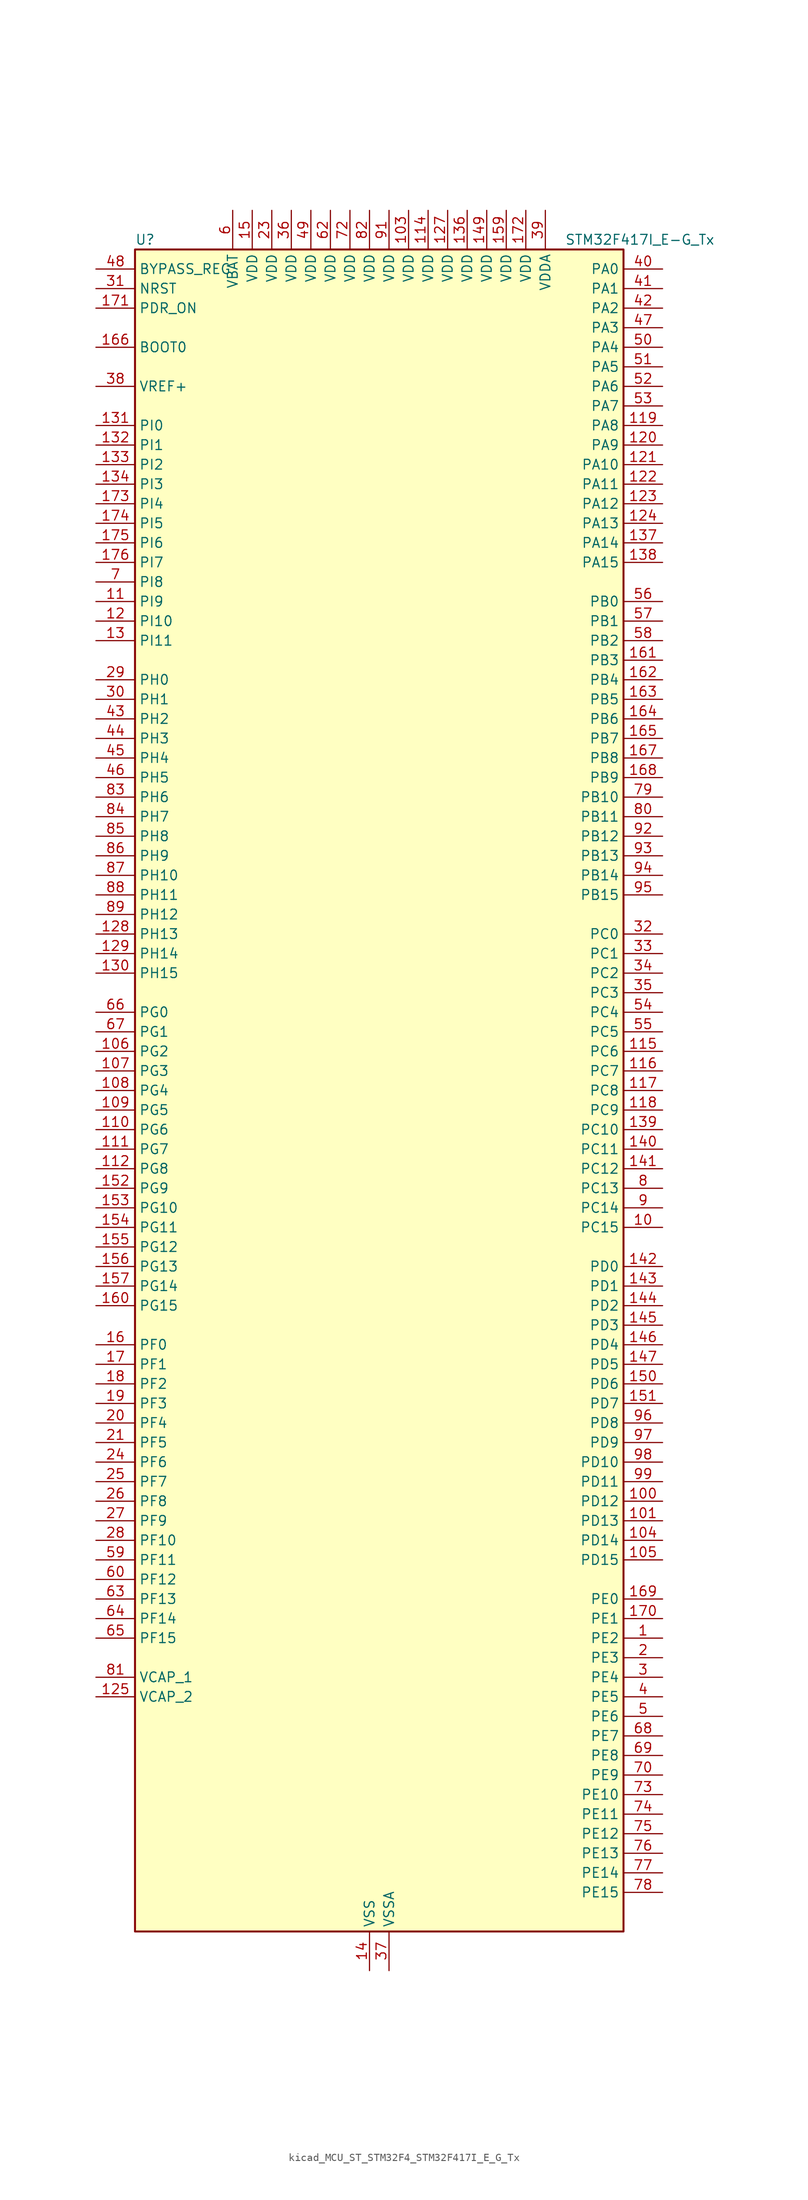
<source format=kicad_sym>
(kicad_symbol_lib
  (version 20220914)
  (generator kicad_symbol_editor)
  (symbol "kicad_MCU_ST_STM32F4_STM32F417I_E_G_Tx"
    (property "Reference" "U"
      (at -30.48 110.49 0)
      (effects (font (size 1.27 1.27)) (justify left)))
    (property "Value" "STM32F417I_E-G_Tx"
      (at 25.4 110.49 0)
      (effects (font (size 1.27 1.27)) (justify left)))
    (property "ki_locked" ""
      (at 0 0 0)
      (effects (font (size 1.27 1.27))))
    (symbol "kicad_MCU_ST_STM32F4_STM32F417I_E_G_Tx_0_1"
      (rectangle (start -30.48 -109.22) (end 33.02 109.22) (stroke (width 0.254) (type default)) (fill (type background))))
    (symbol "kicad_MCU_ST_STM32F4_STM32F417I_E_G_Tx_1_1"
      (pin bidirectional line (at 38.1 -71.12 180) (length 5.08) (name "PE2" (effects (font (size 1.27 1.27)))) (number "1" (effects (font (size 1.27 1.27)))) (alternate "ETH_TXD3" bidirectional line) (alternate "FSMC_A23" bidirectional line) (alternate "SYS_TRACECLK" bidirectional line))
      (pin bidirectional line (at 38.1 -17.78 180) (length 5.08) (name "PC15" (effects (font (size 1.27 1.27)))) (number "10" (effects (font (size 1.27 1.27)))) (alternate "ADC1_EXTI15" bidirectional line) (alternate "ADC2_EXTI15" bidirectional line) (alternate "ADC3_EXTI15" bidirectional line) (alternate "RCC_OSC32_OUT" bidirectional line))
      (pin bidirectional line (at 38.1 -53.34 180) (length 5.08) (name "PD12" (effects (font (size 1.27 1.27)))) (number "100" (effects (font (size 1.27 1.27)))) (alternate "FSMC_A17" bidirectional line) (alternate "FSMC_ALE" bidirectional line) (alternate "TIM4_CH1" bidirectional line) (alternate "USART3_RTS" bidirectional line))
      (pin bidirectional line (at 38.1 -55.88 180) (length 5.08) (name "PD13" (effects (font (size 1.27 1.27)))) (number "101" (effects (font (size 1.27 1.27)))) (alternate "FSMC_A18" bidirectional line) (alternate "TIM4_CH2" bidirectional line))
      (pin passive line (at 0 -114.3 90) (length 5.08) hide (name "VSS" (effects (font (size 1.27 1.27)))) (number "102" (effects (font (size 1.27 1.27)))))
      (pin power_in line (at 5.08 114.3 270) (length 5.08) (name "VDD" (effects (font (size 1.27 1.27)))) (number "103" (effects (font (size 1.27 1.27)))))
      (pin bidirectional line (at 38.1 -58.42 180) (length 5.08) (name "PD14" (effects (font (size 1.27 1.27)))) (number "104" (effects (font (size 1.27 1.27)))) (alternate "FSMC_D0" bidirectional line) (alternate "FSMC_DA0" bidirectional line) (alternate "TIM4_CH3" bidirectional line))
      (pin bidirectional line (at 38.1 -60.96 180) (length 5.08) (name "PD15" (effects (font (size 1.27 1.27)))) (number "105" (effects (font (size 1.27 1.27)))) (alternate "ADC1_EXTI15" bidirectional line) (alternate "ADC2_EXTI15" bidirectional line) (alternate "ADC3_EXTI15" bidirectional line) (alternate "FSMC_D1" bidirectional line) (alternate "FSMC_DA1" bidirectional line) (alternate "TIM4_CH4" bidirectional line))
      (pin bidirectional line (at -35.56 5.08 0) (length 5.08) (name "PG2" (effects (font (size 1.27 1.27)))) (number "106" (effects (font (size 1.27 1.27)))) (alternate "FSMC_A12" bidirectional line))
      (pin bidirectional line (at -35.56 2.54 0) (length 5.08) (name "PG3" (effects (font (size 1.27 1.27)))) (number "107" (effects (font (size 1.27 1.27)))) (alternate "FSMC_A13" bidirectional line))
      (pin bidirectional line (at -35.56 0 0) (length 5.08) (name "PG4" (effects (font (size 1.27 1.27)))) (number "108" (effects (font (size 1.27 1.27)))) (alternate "FSMC_A14" bidirectional line))
      (pin bidirectional line (at -35.56 -2.54 0) (length 5.08) (name "PG5" (effects (font (size 1.27 1.27)))) (number "109" (effects (font (size 1.27 1.27)))) (alternate "FSMC_A15" bidirectional line))
      (pin bidirectional line (at -35.56 63.5 0) (length 5.08) (name "PI9" (effects (font (size 1.27 1.27)))) (number "11" (effects (font (size 1.27 1.27)))) (alternate "CAN1_RX" bidirectional line) (alternate "DAC_EXTI9" bidirectional line))
      (pin bidirectional line (at -35.56 -5.08 0) (length 5.08) (name "PG6" (effects (font (size 1.27 1.27)))) (number "110" (effects (font (size 1.27 1.27)))) (alternate "FSMC_INT2" bidirectional line))
      (pin bidirectional line (at -35.56 -7.62 0) (length 5.08) (name "PG7" (effects (font (size 1.27 1.27)))) (number "111" (effects (font (size 1.27 1.27)))) (alternate "FSMC_INT3" bidirectional line) (alternate "USART6_CK" bidirectional line))
      (pin bidirectional line (at -35.56 -10.16 0) (length 5.08) (name "PG8" (effects (font (size 1.27 1.27)))) (number "112" (effects (font (size 1.27 1.27)))) (alternate "ETH_PPS_OUT" bidirectional line) (alternate "USART6_RTS" bidirectional line))
      (pin passive line (at 0 -114.3 90) (length 5.08) hide (name "VSS" (effects (font (size 1.27 1.27)))) (number "113" (effects (font (size 1.27 1.27)))))
      (pin power_in line (at 7.62 114.3 270) (length 5.08) (name "VDD" (effects (font (size 1.27 1.27)))) (number "114" (effects (font (size 1.27 1.27)))))
      (pin bidirectional line (at 38.1 5.08 180) (length 5.08) (name "PC6" (effects (font (size 1.27 1.27)))) (number "115" (effects (font (size 1.27 1.27)))) (alternate "DCMI_D0" bidirectional line) (alternate "I2S2_MCK" bidirectional line) (alternate "SDIO_D6" bidirectional line) (alternate "TIM3_CH1" bidirectional line) (alternate "TIM8_CH1" bidirectional line) (alternate "USART6_TX" bidirectional line))
      (pin bidirectional line (at 38.1 2.54 180) (length 5.08) (name "PC7" (effects (font (size 1.27 1.27)))) (number "116" (effects (font (size 1.27 1.27)))) (alternate "DCMI_D1" bidirectional line) (alternate "I2S3_MCK" bidirectional line) (alternate "SDIO_D7" bidirectional line) (alternate "TIM3_CH2" bidirectional line) (alternate "TIM8_CH2" bidirectional line) (alternate "USART6_RX" bidirectional line))
      (pin bidirectional line (at 38.1 0 180) (length 5.08) (name "PC8" (effects (font (size 1.27 1.27)))) (number "117" (effects (font (size 1.27 1.27)))) (alternate "DCMI_D2" bidirectional line) (alternate "SDIO_D0" bidirectional line) (alternate "TIM3_CH3" bidirectional line) (alternate "TIM8_CH3" bidirectional line) (alternate "USART6_CK" bidirectional line))
      (pin bidirectional line (at 38.1 -2.54 180) (length 5.08) (name "PC9" (effects (font (size 1.27 1.27)))) (number "118" (effects (font (size 1.27 1.27)))) (alternate "DAC_EXTI9" bidirectional line) (alternate "DCMI_D3" bidirectional line) (alternate "I2C3_SDA" bidirectional line) (alternate "I2S_CKIN" bidirectional line) (alternate "RCC_MCO_2" bidirectional line) (alternate "SDIO_D1" bidirectional line) (alternate "TIM3_CH4" bidirectional line) (alternate "TIM8_CH4" bidirectional line))
      (pin bidirectional line (at 38.1 86.36 180) (length 5.08) (name "PA8" (effects (font (size 1.27 1.27)))) (number "119" (effects (font (size 1.27 1.27)))) (alternate "I2C3_SCL" bidirectional line) (alternate "RCC_MCO_1" bidirectional line) (alternate "TIM1_CH1" bidirectional line) (alternate "USART1_CK" bidirectional line) (alternate "USB_OTG_FS_SOF" bidirectional line))
      (pin bidirectional line (at -35.56 60.96 0) (length 5.08) (name "PI10" (effects (font (size 1.27 1.27)))) (number "12" (effects (font (size 1.27 1.27)))) (alternate "ETH_RX_ER" bidirectional line))
      (pin bidirectional line (at 38.1 83.82 180) (length 5.08) (name "PA9" (effects (font (size 1.27 1.27)))) (number "120" (effects (font (size 1.27 1.27)))) (alternate "DAC_EXTI9" bidirectional line) (alternate "DCMI_D0" bidirectional line) (alternate "I2C3_SMBA" bidirectional line) (alternate "TIM1_CH2" bidirectional line) (alternate "USART1_TX" bidirectional line) (alternate "USB_OTG_FS_VBUS" bidirectional line))
      (pin bidirectional line (at 38.1 81.28 180) (length 5.08) (name "PA10" (effects (font (size 1.27 1.27)))) (number "121" (effects (font (size 1.27 1.27)))) (alternate "DCMI_D1" bidirectional line) (alternate "TIM1_CH3" bidirectional line) (alternate "USART1_RX" bidirectional line) (alternate "USB_OTG_FS_ID" bidirectional line))
      (pin bidirectional line (at 38.1 78.74 180) (length 5.08) (name "PA11" (effects (font (size 1.27 1.27)))) (number "122" (effects (font (size 1.27 1.27)))) (alternate "ADC1_EXTI11" bidirectional line) (alternate "ADC2_EXTI11" bidirectional line) (alternate "ADC3_EXTI11" bidirectional line) (alternate "CAN1_RX" bidirectional line) (alternate "TIM1_CH4" bidirectional line) (alternate "USART1_CTS" bidirectional line) (alternate "USB_OTG_FS_DM" bidirectional line))
      (pin bidirectional line (at 38.1 76.2 180) (length 5.08) (name "PA12" (effects (font (size 1.27 1.27)))) (number "123" (effects (font (size 1.27 1.27)))) (alternate "CAN1_TX" bidirectional line) (alternate "TIM1_ETR" bidirectional line) (alternate "USART1_RTS" bidirectional line) (alternate "USB_OTG_FS_DP" bidirectional line))
      (pin bidirectional line (at 38.1 73.66 180) (length 5.08) (name "PA13" (effects (font (size 1.27 1.27)))) (number "124" (effects (font (size 1.27 1.27)))) (alternate "SYS_JTMS-SWDIO" bidirectional line))
      (pin power_out line (at -35.56 -78.74 0) (length 5.08) (name "VCAP_2" (effects (font (size 1.27 1.27)))) (number "125" (effects (font (size 1.27 1.27)))))
      (pin passive line (at 0 -114.3 90) (length 5.08) hide (name "VSS" (effects (font (size 1.27 1.27)))) (number "126" (effects (font (size 1.27 1.27)))))
      (pin power_in line (at 10.16 114.3 270) (length 5.08) (name "VDD" (effects (font (size 1.27 1.27)))) (number "127" (effects (font (size 1.27 1.27)))))
      (pin bidirectional line (at -35.56 20.32 0) (length 5.08) (name "PH13" (effects (font (size 1.27 1.27)))) (number "128" (effects (font (size 1.27 1.27)))) (alternate "CAN1_TX" bidirectional line) (alternate "TIM8_CH1N" bidirectional line))
      (pin bidirectional line (at -35.56 17.78 0) (length 5.08) (name "PH14" (effects (font (size 1.27 1.27)))) (number "129" (effects (font (size 1.27 1.27)))) (alternate "DCMI_D4" bidirectional line) (alternate "TIM8_CH2N" bidirectional line))
      (pin bidirectional line (at -35.56 58.42 0) (length 5.08) (name "PI11" (effects (font (size 1.27 1.27)))) (number "13" (effects (font (size 1.27 1.27)))) (alternate "ADC1_EXTI11" bidirectional line) (alternate "ADC2_EXTI11" bidirectional line) (alternate "ADC3_EXTI11" bidirectional line) (alternate "USB_OTG_HS_ULPI_DIR" bidirectional line))
      (pin bidirectional line (at -35.56 15.24 0) (length 5.08) (name "PH15" (effects (font (size 1.27 1.27)))) (number "130" (effects (font (size 1.27 1.27)))) (alternate "ADC1_EXTI15" bidirectional line) (alternate "ADC2_EXTI15" bidirectional line) (alternate "ADC3_EXTI15" bidirectional line) (alternate "DCMI_D11" bidirectional line) (alternate "TIM8_CH3N" bidirectional line))
      (pin bidirectional line (at -35.56 86.36 0) (length 5.08) (name "PI0" (effects (font (size 1.27 1.27)))) (number "131" (effects (font (size 1.27 1.27)))) (alternate "DCMI_D13" bidirectional line) (alternate "I2S2_WS" bidirectional line) (alternate "SPI2_NSS" bidirectional line) (alternate "TIM5_CH4" bidirectional line))
      (pin bidirectional line (at -35.56 83.82 0) (length 5.08) (name "PI1" (effects (font (size 1.27 1.27)))) (number "132" (effects (font (size 1.27 1.27)))) (alternate "DCMI_D8" bidirectional line) (alternate "I2S2_CK" bidirectional line) (alternate "SPI2_SCK" bidirectional line))
      (pin bidirectional line (at -35.56 81.28 0) (length 5.08) (name "PI2" (effects (font (size 1.27 1.27)))) (number "133" (effects (font (size 1.27 1.27)))) (alternate "DCMI_D9" bidirectional line) (alternate "I2S2_ext_SD" bidirectional line) (alternate "SPI2_MISO" bidirectional line) (alternate "TIM8_CH4" bidirectional line))
      (pin bidirectional line (at -35.56 78.74 0) (length 5.08) (name "PI3" (effects (font (size 1.27 1.27)))) (number "134" (effects (font (size 1.27 1.27)))) (alternate "DCMI_D10" bidirectional line) (alternate "I2S2_SD" bidirectional line) (alternate "SPI2_MOSI" bidirectional line) (alternate "TIM8_ETR" bidirectional line))
      (pin passive line (at 0 -114.3 90) (length 5.08) hide (name "VSS" (effects (font (size 1.27 1.27)))) (number "135" (effects (font (size 1.27 1.27)))))
      (pin power_in line (at 12.7 114.3 270) (length 5.08) (name "VDD" (effects (font (size 1.27 1.27)))) (number "136" (effects (font (size 1.27 1.27)))))
      (pin bidirectional line (at 38.1 71.12 180) (length 5.08) (name "PA14" (effects (font (size 1.27 1.27)))) (number "137" (effects (font (size 1.27 1.27)))) (alternate "SYS_JTCK-SWCLK" bidirectional line))
      (pin bidirectional line (at 38.1 68.58 180) (length 5.08) (name "PA15" (effects (font (size 1.27 1.27)))) (number "138" (effects (font (size 1.27 1.27)))) (alternate "ADC1_EXTI15" bidirectional line) (alternate "ADC2_EXTI15" bidirectional line) (alternate "ADC3_EXTI15" bidirectional line) (alternate "I2S3_WS" bidirectional line) (alternate "SPI1_NSS" bidirectional line) (alternate "SPI3_NSS" bidirectional line) (alternate "SYS_JTDI" bidirectional line) (alternate "TIM2_CH1" bidirectional line) (alternate "TIM2_ETR" bidirectional line))
      (pin bidirectional line (at 38.1 -5.08 180) (length 5.08) (name "PC10" (effects (font (size 1.27 1.27)))) (number "139" (effects (font (size 1.27 1.27)))) (alternate "DCMI_D8" bidirectional line) (alternate "I2S3_CK" bidirectional line) (alternate "SDIO_D2" bidirectional line) (alternate "SPI3_SCK" bidirectional line) (alternate "UART4_TX" bidirectional line) (alternate "USART3_TX" bidirectional line))
      (pin power_in line (at 0 -114.3 90) (length 5.08) (name "VSS" (effects (font (size 1.27 1.27)))) (number "14" (effects (font (size 1.27 1.27)))))
      (pin bidirectional line (at 38.1 -7.62 180) (length 5.08) (name "PC11" (effects (font (size 1.27 1.27)))) (number "140" (effects (font (size 1.27 1.27)))) (alternate "ADC1_EXTI11" bidirectional line) (alternate "ADC2_EXTI11" bidirectional line) (alternate "ADC3_EXTI11" bidirectional line) (alternate "DCMI_D4" bidirectional line) (alternate "I2S3_ext_SD" bidirectional line) (alternate "SDIO_D3" bidirectional line) (alternate "SPI3_MISO" bidirectional line) (alternate "UART4_RX" bidirectional line) (alternate "USART3_RX" bidirectional line))
      (pin bidirectional line (at 38.1 -10.16 180) (length 5.08) (name "PC12" (effects (font (size 1.27 1.27)))) (number "141" (effects (font (size 1.27 1.27)))) (alternate "DCMI_D9" bidirectional line) (alternate "I2S3_SD" bidirectional line) (alternate "SDIO_CK" bidirectional line) (alternate "SPI3_MOSI" bidirectional line) (alternate "UART5_TX" bidirectional line) (alternate "USART3_CK" bidirectional line))
      (pin bidirectional line (at 38.1 -22.86 180) (length 5.08) (name "PD0" (effects (font (size 1.27 1.27)))) (number "142" (effects (font (size 1.27 1.27)))) (alternate "CAN1_RX" bidirectional line) (alternate "FSMC_D2" bidirectional line) (alternate "FSMC_DA2" bidirectional line))
      (pin bidirectional line (at 38.1 -25.4 180) (length 5.08) (name "PD1" (effects (font (size 1.27 1.27)))) (number "143" (effects (font (size 1.27 1.27)))) (alternate "CAN1_TX" bidirectional line) (alternate "FSMC_D3" bidirectional line) (alternate "FSMC_DA3" bidirectional line))
      (pin bidirectional line (at 38.1 -27.94 180) (length 5.08) (name "PD2" (effects (font (size 1.27 1.27)))) (number "144" (effects (font (size 1.27 1.27)))) (alternate "DCMI_D11" bidirectional line) (alternate "SDIO_CMD" bidirectional line) (alternate "TIM3_ETR" bidirectional line) (alternate "UART5_RX" bidirectional line))
      (pin bidirectional line (at 38.1 -30.48 180) (length 5.08) (name "PD3" (effects (font (size 1.27 1.27)))) (number "145" (effects (font (size 1.27 1.27)))) (alternate "FSMC_CLK" bidirectional line) (alternate "USART2_CTS" bidirectional line))
      (pin bidirectional line (at 38.1 -33.02 180) (length 5.08) (name "PD4" (effects (font (size 1.27 1.27)))) (number "146" (effects (font (size 1.27 1.27)))) (alternate "FSMC_NOE" bidirectional line) (alternate "USART2_RTS" bidirectional line))
      (pin bidirectional line (at 38.1 -35.56 180) (length 5.08) (name "PD5" (effects (font (size 1.27 1.27)))) (number "147" (effects (font (size 1.27 1.27)))) (alternate "FSMC_NWE" bidirectional line) (alternate "USART2_TX" bidirectional line))
      (pin passive line (at 0 -114.3 90) (length 5.08) hide (name "VSS" (effects (font (size 1.27 1.27)))) (number "148" (effects (font (size 1.27 1.27)))))
      (pin power_in line (at 15.24 114.3 270) (length 5.08) (name "VDD" (effects (font (size 1.27 1.27)))) (number "149" (effects (font (size 1.27 1.27)))))
      (pin power_in line (at -15.24 114.3 270) (length 5.08) (name "VDD" (effects (font (size 1.27 1.27)))) (number "15" (effects (font (size 1.27 1.27)))))
      (pin bidirectional line (at 38.1 -38.1 180) (length 5.08) (name "PD6" (effects (font (size 1.27 1.27)))) (number "150" (effects (font (size 1.27 1.27)))) (alternate "FSMC_NWAIT" bidirectional line) (alternate "USART2_RX" bidirectional line))
      (pin bidirectional line (at 38.1 -40.64 180) (length 5.08) (name "PD7" (effects (font (size 1.27 1.27)))) (number "151" (effects (font (size 1.27 1.27)))) (alternate "FSMC_NCE2" bidirectional line) (alternate "FSMC_NE1" bidirectional line) (alternate "USART2_CK" bidirectional line))
      (pin bidirectional line (at -35.56 -12.7 0) (length 5.08) (name "PG9" (effects (font (size 1.27 1.27)))) (number "152" (effects (font (size 1.27 1.27)))) (alternate "DAC_EXTI9" bidirectional line) (alternate "FSMC_NCE3" bidirectional line) (alternate "FSMC_NE2" bidirectional line) (alternate "USART6_RX" bidirectional line))
      (pin bidirectional line (at -35.56 -15.24 0) (length 5.08) (name "PG10" (effects (font (size 1.27 1.27)))) (number "153" (effects (font (size 1.27 1.27)))) (alternate "FSMC_NCE4_1" bidirectional line) (alternate "FSMC_NE3" bidirectional line))
      (pin bidirectional line (at -35.56 -17.78 0) (length 5.08) (name "PG11" (effects (font (size 1.27 1.27)))) (number "154" (effects (font (size 1.27 1.27)))) (alternate "ADC1_EXTI11" bidirectional line) (alternate "ADC2_EXTI11" bidirectional line) (alternate "ADC3_EXTI11" bidirectional line) (alternate "ETH_TX_EN" bidirectional line) (alternate "FSMC_NCE4_2" bidirectional line))
      (pin bidirectional line (at -35.56 -20.32 0) (length 5.08) (name "PG12" (effects (font (size 1.27 1.27)))) (number "155" (effects (font (size 1.27 1.27)))) (alternate "FSMC_NE4" bidirectional line) (alternate "USART6_RTS" bidirectional line))
      (pin bidirectional line (at -35.56 -22.86 0) (length 5.08) (name "PG13" (effects (font (size 1.27 1.27)))) (number "156" (effects (font (size 1.27 1.27)))) (alternate "ETH_TXD0" bidirectional line) (alternate "FSMC_A24" bidirectional line) (alternate "USART6_CTS" bidirectional line))
      (pin bidirectional line (at -35.56 -25.4 0) (length 5.08) (name "PG14" (effects (font (size 1.27 1.27)))) (number "157" (effects (font (size 1.27 1.27)))) (alternate "ETH_TXD1" bidirectional line) (alternate "FSMC_A25" bidirectional line) (alternate "USART6_TX" bidirectional line))
      (pin passive line (at 0 -114.3 90) (length 5.08) hide (name "VSS" (effects (font (size 1.27 1.27)))) (number "158" (effects (font (size 1.27 1.27)))))
      (pin power_in line (at 17.78 114.3 270) (length 5.08) (name "VDD" (effects (font (size 1.27 1.27)))) (number "159" (effects (font (size 1.27 1.27)))))
      (pin bidirectional line (at -35.56 -33.02 0) (length 5.08) (name "PF0" (effects (font (size 1.27 1.27)))) (number "16" (effects (font (size 1.27 1.27)))) (alternate "FSMC_A0" bidirectional line) (alternate "I2C2_SDA" bidirectional line))
      (pin bidirectional line (at -35.56 -27.94 0) (length 5.08) (name "PG15" (effects (font (size 1.27 1.27)))) (number "160" (effects (font (size 1.27 1.27)))) (alternate "ADC1_EXTI15" bidirectional line) (alternate "ADC2_EXTI15" bidirectional line) (alternate "ADC3_EXTI15" bidirectional line) (alternate "DCMI_D13" bidirectional line) (alternate "USART6_CTS" bidirectional line))
      (pin bidirectional line (at 38.1 55.88 180) (length 5.08) (name "PB3" (effects (font (size 1.27 1.27)))) (number "161" (effects (font (size 1.27 1.27)))) (alternate "I2S3_CK" bidirectional line) (alternate "SPI1_SCK" bidirectional line) (alternate "SPI3_SCK" bidirectional line) (alternate "SYS_JTDO-SWO" bidirectional line) (alternate "TIM2_CH2" bidirectional line))
      (pin bidirectional line (at 38.1 53.34 180) (length 5.08) (name "PB4" (effects (font (size 1.27 1.27)))) (number "162" (effects (font (size 1.27 1.27)))) (alternate "I2S3_ext_SD" bidirectional line) (alternate "SPI1_MISO" bidirectional line) (alternate "SPI3_MISO" bidirectional line) (alternate "SYS_JTRST" bidirectional line) (alternate "TIM3_CH1" bidirectional line))
      (pin bidirectional line (at 38.1 50.8 180) (length 5.08) (name "PB5" (effects (font (size 1.27 1.27)))) (number "163" (effects (font (size 1.27 1.27)))) (alternate "CAN2_RX" bidirectional line) (alternate "DCMI_D10" bidirectional line) (alternate "ETH_PPS_OUT" bidirectional line) (alternate "I2C1_SMBA" bidirectional line) (alternate "I2S3_SD" bidirectional line) (alternate "SPI1_MOSI" bidirectional line) (alternate "SPI3_MOSI" bidirectional line) (alternate "TIM3_CH2" bidirectional line) (alternate "USB_OTG_HS_ULPI_D7" bidirectional line))
      (pin bidirectional line (at 38.1 48.26 180) (length 5.08) (name "PB6" (effects (font (size 1.27 1.27)))) (number "164" (effects (font (size 1.27 1.27)))) (alternate "CAN2_TX" bidirectional line) (alternate "DCMI_D5" bidirectional line) (alternate "I2C1_SCL" bidirectional line) (alternate "TIM4_CH1" bidirectional line) (alternate "USART1_TX" bidirectional line))
      (pin bidirectional line (at 38.1 45.72 180) (length 5.08) (name "PB7" (effects (font (size 1.27 1.27)))) (number "165" (effects (font (size 1.27 1.27)))) (alternate "DCMI_VSYNC" bidirectional line) (alternate "FSMC_NL" bidirectional line) (alternate "I2C1_SDA" bidirectional line) (alternate "TIM4_CH2" bidirectional line) (alternate "USART1_RX" bidirectional line))
      (pin input line (at -35.56 96.52 0) (length 5.08) (name "BOOT0" (effects (font (size 1.27 1.27)))) (number "166" (effects (font (size 1.27 1.27)))))
      (pin bidirectional line (at 38.1 43.18 180) (length 5.08) (name "PB8" (effects (font (size 1.27 1.27)))) (number "167" (effects (font (size 1.27 1.27)))) (alternate "CAN1_RX" bidirectional line) (alternate "DCMI_D6" bidirectional line) (alternate "ETH_TXD3" bidirectional line) (alternate "I2C1_SCL" bidirectional line) (alternate "SDIO_D4" bidirectional line) (alternate "TIM10_CH1" bidirectional line) (alternate "TIM4_CH3" bidirectional line))
      (pin bidirectional line (at 38.1 40.64 180) (length 5.08) (name "PB9" (effects (font (size 1.27 1.27)))) (number "168" (effects (font (size 1.27 1.27)))) (alternate "CAN1_TX" bidirectional line) (alternate "DAC_EXTI9" bidirectional line) (alternate "DCMI_D7" bidirectional line) (alternate "I2C1_SDA" bidirectional line) (alternate "I2S2_WS" bidirectional line) (alternate "SDIO_D5" bidirectional line) (alternate "SPI2_NSS" bidirectional line) (alternate "TIM11_CH1" bidirectional line) (alternate "TIM4_CH4" bidirectional line))
      (pin bidirectional line (at 38.1 -66.04 180) (length 5.08) (name "PE0" (effects (font (size 1.27 1.27)))) (number "169" (effects (font (size 1.27 1.27)))) (alternate "DCMI_D2" bidirectional line) (alternate "FSMC_NBL0" bidirectional line) (alternate "TIM4_ETR" bidirectional line))
      (pin bidirectional line (at -35.56 -35.56 0) (length 5.08) (name "PF1" (effects (font (size 1.27 1.27)))) (number "17" (effects (font (size 1.27 1.27)))) (alternate "FSMC_A1" bidirectional line) (alternate "I2C2_SCL" bidirectional line))
      (pin bidirectional line (at 38.1 -68.58 180) (length 5.08) (name "PE1" (effects (font (size 1.27 1.27)))) (number "170" (effects (font (size 1.27 1.27)))) (alternate "DCMI_D3" bidirectional line) (alternate "FSMC_NBL1" bidirectional line))
      (pin input line (at -35.56 101.6 0) (length 5.08) (name "PDR_ON" (effects (font (size 1.27 1.27)))) (number "171" (effects (font (size 1.27 1.27)))))
      (pin power_in line (at 20.32 114.3 270) (length 5.08) (name "VDD" (effects (font (size 1.27 1.27)))) (number "172" (effects (font (size 1.27 1.27)))))
      (pin bidirectional line (at -35.56 76.2 0) (length 5.08) (name "PI4" (effects (font (size 1.27 1.27)))) (number "173" (effects (font (size 1.27 1.27)))) (alternate "DCMI_D5" bidirectional line) (alternate "TIM8_BKIN" bidirectional line))
      (pin bidirectional line (at -35.56 73.66 0) (length 5.08) (name "PI5" (effects (font (size 1.27 1.27)))) (number "174" (effects (font (size 1.27 1.27)))) (alternate "DCMI_VSYNC" bidirectional line) (alternate "TIM8_CH1" bidirectional line))
      (pin bidirectional line (at -35.56 71.12 0) (length 5.08) (name "PI6" (effects (font (size 1.27 1.27)))) (number "175" (effects (font (size 1.27 1.27)))) (alternate "DCMI_D6" bidirectional line) (alternate "TIM8_CH2" bidirectional line))
      (pin bidirectional line (at -35.56 68.58 0) (length 5.08) (name "PI7" (effects (font (size 1.27 1.27)))) (number "176" (effects (font (size 1.27 1.27)))) (alternate "DCMI_D7" bidirectional line) (alternate "TIM8_CH3" bidirectional line))
      (pin bidirectional line (at -35.56 -38.1 0) (length 5.08) (name "PF2" (effects (font (size 1.27 1.27)))) (number "18" (effects (font (size 1.27 1.27)))) (alternate "FSMC_A2" bidirectional line) (alternate "I2C2_SMBA" bidirectional line))
      (pin bidirectional line (at -35.56 -40.64 0) (length 5.08) (name "PF3" (effects (font (size 1.27 1.27)))) (number "19" (effects (font (size 1.27 1.27)))) (alternate "ADC3_IN9" bidirectional line) (alternate "FSMC_A3" bidirectional line))
      (pin bidirectional line (at 38.1 -73.66 180) (length 5.08) (name "PE3" (effects (font (size 1.27 1.27)))) (number "2" (effects (font (size 1.27 1.27)))) (alternate "FSMC_A19" bidirectional line) (alternate "SYS_TRACED0" bidirectional line))
      (pin bidirectional line (at -35.56 -43.18 0) (length 5.08) (name "PF4" (effects (font (size 1.27 1.27)))) (number "20" (effects (font (size 1.27 1.27)))) (alternate "ADC3_IN14" bidirectional line) (alternate "FSMC_A4" bidirectional line))
      (pin bidirectional line (at -35.56 -45.72 0) (length 5.08) (name "PF5" (effects (font (size 1.27 1.27)))) (number "21" (effects (font (size 1.27 1.27)))) (alternate "ADC3_IN15" bidirectional line) (alternate "FSMC_A5" bidirectional line))
      (pin passive line (at 0 -114.3 90) (length 5.08) hide (name "VSS" (effects (font (size 1.27 1.27)))) (number "22" (effects (font (size 1.27 1.27)))))
      (pin power_in line (at -12.7 114.3 270) (length 5.08) (name "VDD" (effects (font (size 1.27 1.27)))) (number "23" (effects (font (size 1.27 1.27)))))
      (pin bidirectional line (at -35.56 -48.26 0) (length 5.08) (name "PF6" (effects (font (size 1.27 1.27)))) (number "24" (effects (font (size 1.27 1.27)))) (alternate "ADC3_IN4" bidirectional line) (alternate "FSMC_NIORD" bidirectional line) (alternate "TIM10_CH1" bidirectional line))
      (pin bidirectional line (at -35.56 -50.8 0) (length 5.08) (name "PF7" (effects (font (size 1.27 1.27)))) (number "25" (effects (font (size 1.27 1.27)))) (alternate "ADC3_IN5" bidirectional line) (alternate "FSMC_NREG" bidirectional line) (alternate "TIM11_CH1" bidirectional line))
      (pin bidirectional line (at -35.56 -53.34 0) (length 5.08) (name "PF8" (effects (font (size 1.27 1.27)))) (number "26" (effects (font (size 1.27 1.27)))) (alternate "ADC3_IN6" bidirectional line) (alternate "FSMC_NIOWR" bidirectional line) (alternate "TIM13_CH1" bidirectional line))
      (pin bidirectional line (at -35.56 -55.88 0) (length 5.08) (name "PF9" (effects (font (size 1.27 1.27)))) (number "27" (effects (font (size 1.27 1.27)))) (alternate "ADC3_IN7" bidirectional line) (alternate "DAC_EXTI9" bidirectional line) (alternate "FSMC_CD" bidirectional line) (alternate "TIM14_CH1" bidirectional line))
      (pin bidirectional line (at -35.56 -58.42 0) (length 5.08) (name "PF10" (effects (font (size 1.27 1.27)))) (number "28" (effects (font (size 1.27 1.27)))) (alternate "ADC3_IN8" bidirectional line) (alternate "FSMC_INTR" bidirectional line))
      (pin bidirectional line (at -35.56 53.34 0) (length 5.08) (name "PH0" (effects (font (size 1.27 1.27)))) (number "29" (effects (font (size 1.27 1.27)))) (alternate "RCC_OSC_IN" bidirectional line))
      (pin bidirectional line (at 38.1 -76.2 180) (length 5.08) (name "PE4" (effects (font (size 1.27 1.27)))) (number "3" (effects (font (size 1.27 1.27)))) (alternate "DCMI_D4" bidirectional line) (alternate "FSMC_A20" bidirectional line) (alternate "SYS_TRACED1" bidirectional line))
      (pin bidirectional line (at -35.56 50.8 0) (length 5.08) (name "PH1" (effects (font (size 1.27 1.27)))) (number "30" (effects (font (size 1.27 1.27)))) (alternate "RCC_OSC_OUT" bidirectional line))
      (pin input line (at -35.56 104.14 0) (length 5.08) (name "NRST" (effects (font (size 1.27 1.27)))) (number "31" (effects (font (size 1.27 1.27)))))
      (pin bidirectional line (at 38.1 20.32 180) (length 5.08) (name "PC0" (effects (font (size 1.27 1.27)))) (number "32" (effects (font (size 1.27 1.27)))) (alternate "ADC1_IN10" bidirectional line) (alternate "ADC2_IN10" bidirectional line) (alternate "ADC3_IN10" bidirectional line) (alternate "USB_OTG_HS_ULPI_STP" bidirectional line))
      (pin bidirectional line (at 38.1 17.78 180) (length 5.08) (name "PC1" (effects (font (size 1.27 1.27)))) (number "33" (effects (font (size 1.27 1.27)))) (alternate "ADC1_IN11" bidirectional line) (alternate "ADC2_IN11" bidirectional line) (alternate "ADC3_IN11" bidirectional line) (alternate "ETH_MDC" bidirectional line))
      (pin bidirectional line (at 38.1 15.24 180) (length 5.08) (name "PC2" (effects (font (size 1.27 1.27)))) (number "34" (effects (font (size 1.27 1.27)))) (alternate "ADC1_IN12" bidirectional line) (alternate "ADC2_IN12" bidirectional line) (alternate "ADC3_IN12" bidirectional line) (alternate "ETH_TXD2" bidirectional line) (alternate "I2S2_ext_SD" bidirectional line) (alternate "SPI2_MISO" bidirectional line) (alternate "USB_OTG_HS_ULPI_DIR" bidirectional line))
      (pin bidirectional line (at 38.1 12.7 180) (length 5.08) (name "PC3" (effects (font (size 1.27 1.27)))) (number "35" (effects (font (size 1.27 1.27)))) (alternate "ADC1_IN13" bidirectional line) (alternate "ADC2_IN13" bidirectional line) (alternate "ADC3_IN13" bidirectional line) (alternate "ETH_TX_CLK" bidirectional line) (alternate "I2S2_SD" bidirectional line) (alternate "SPI2_MOSI" bidirectional line) (alternate "USB_OTG_HS_ULPI_NXT" bidirectional line))
      (pin power_in line (at -10.16 114.3 270) (length 5.08) (name "VDD" (effects (font (size 1.27 1.27)))) (number "36" (effects (font (size 1.27 1.27)))))
      (pin power_in line (at 2.54 -114.3 90) (length 5.08) (name "VSSA" (effects (font (size 1.27 1.27)))) (number "37" (effects (font (size 1.27 1.27)))))
      (pin input line (at -35.56 91.44 0) (length 5.08) (name "VREF+" (effects (font (size 1.27 1.27)))) (number "38" (effects (font (size 1.27 1.27)))))
      (pin power_in line (at 22.86 114.3 270) (length 5.08) (name "VDDA" (effects (font (size 1.27 1.27)))) (number "39" (effects (font (size 1.27 1.27)))))
      (pin bidirectional line (at 38.1 -78.74 180) (length 5.08) (name "PE5" (effects (font (size 1.27 1.27)))) (number "4" (effects (font (size 1.27 1.27)))) (alternate "DCMI_D6" bidirectional line) (alternate "FSMC_A21" bidirectional line) (alternate "SYS_TRACED2" bidirectional line) (alternate "TIM9_CH1" bidirectional line))
      (pin bidirectional line (at 38.1 106.68 180) (length 5.08) (name "PA0" (effects (font (size 1.27 1.27)))) (number "40" (effects (font (size 1.27 1.27)))) (alternate "ADC1_IN0" bidirectional line) (alternate "ADC2_IN0" bidirectional line) (alternate "ADC3_IN0" bidirectional line) (alternate "ETH_CRS" bidirectional line) (alternate "SYS_WKUP" bidirectional line) (alternate "TIM2_CH1" bidirectional line) (alternate "TIM2_ETR" bidirectional line) (alternate "TIM5_CH1" bidirectional line) (alternate "TIM8_ETR" bidirectional line) (alternate "UART4_TX" bidirectional line) (alternate "USART2_CTS" bidirectional line))
      (pin bidirectional line (at 38.1 104.14 180) (length 5.08) (name "PA1" (effects (font (size 1.27 1.27)))) (number "41" (effects (font (size 1.27 1.27)))) (alternate "ADC1_IN1" bidirectional line) (alternate "ADC2_IN1" bidirectional line) (alternate "ADC3_IN1" bidirectional line) (alternate "ETH_REF_CLK" bidirectional line) (alternate "ETH_RX_CLK" bidirectional line) (alternate "TIM2_CH2" bidirectional line) (alternate "TIM5_CH2" bidirectional line) (alternate "UART4_RX" bidirectional line) (alternate "USART2_RTS" bidirectional line))
      (pin bidirectional line (at 38.1 101.6 180) (length 5.08) (name "PA2" (effects (font (size 1.27 1.27)))) (number "42" (effects (font (size 1.27 1.27)))) (alternate "ADC1_IN2" bidirectional line) (alternate "ADC2_IN2" bidirectional line) (alternate "ADC3_IN2" bidirectional line) (alternate "ETH_MDIO" bidirectional line) (alternate "TIM2_CH3" bidirectional line) (alternate "TIM5_CH3" bidirectional line) (alternate "TIM9_CH1" bidirectional line) (alternate "USART2_TX" bidirectional line))
      (pin bidirectional line (at -35.56 48.26 0) (length 5.08) (name "PH2" (effects (font (size 1.27 1.27)))) (number "43" (effects (font (size 1.27 1.27)))) (alternate "ETH_CRS" bidirectional line))
      (pin bidirectional line (at -35.56 45.72 0) (length 5.08) (name "PH3" (effects (font (size 1.27 1.27)))) (number "44" (effects (font (size 1.27 1.27)))) (alternate "ETH_COL" bidirectional line))
      (pin bidirectional line (at -35.56 43.18 0) (length 5.08) (name "PH4" (effects (font (size 1.27 1.27)))) (number "45" (effects (font (size 1.27 1.27)))) (alternate "I2C2_SCL" bidirectional line) (alternate "USB_OTG_HS_ULPI_NXT" bidirectional line))
      (pin bidirectional line (at -35.56 40.64 0) (length 5.08) (name "PH5" (effects (font (size 1.27 1.27)))) (number "46" (effects (font (size 1.27 1.27)))) (alternate "I2C2_SDA" bidirectional line))
      (pin bidirectional line (at 38.1 99.06 180) (length 5.08) (name "PA3" (effects (font (size 1.27 1.27)))) (number "47" (effects (font (size 1.27 1.27)))) (alternate "ADC1_IN3" bidirectional line) (alternate "ADC2_IN3" bidirectional line) (alternate "ADC3_IN3" bidirectional line) (alternate "ETH_COL" bidirectional line) (alternate "TIM2_CH4" bidirectional line) (alternate "TIM5_CH4" bidirectional line) (alternate "TIM9_CH2" bidirectional line) (alternate "USART2_RX" bidirectional line) (alternate "USB_OTG_HS_ULPI_D0" bidirectional line))
      (pin input line (at -35.56 106.68 0) (length 5.08) (name "BYPASS_REG" (effects (font (size 1.27 1.27)))) (number "48" (effects (font (size 1.27 1.27)))))
      (pin power_in line (at -7.62 114.3 270) (length 5.08) (name "VDD" (effects (font (size 1.27 1.27)))) (number "49" (effects (font (size 1.27 1.27)))))
      (pin bidirectional line (at 38.1 -81.28 180) (length 5.08) (name "PE6" (effects (font (size 1.27 1.27)))) (number "5" (effects (font (size 1.27 1.27)))) (alternate "DCMI_D7" bidirectional line) (alternate "FSMC_A22" bidirectional line) (alternate "SYS_TRACED3" bidirectional line) (alternate "TIM9_CH2" bidirectional line))
      (pin bidirectional line (at 38.1 96.52 180) (length 5.08) (name "PA4" (effects (font (size 1.27 1.27)))) (number "50" (effects (font (size 1.27 1.27)))) (alternate "ADC1_IN4" bidirectional line) (alternate "ADC2_IN4" bidirectional line) (alternate "DAC_OUT1" bidirectional line) (alternate "DCMI_HSYNC" bidirectional line) (alternate "I2S3_WS" bidirectional line) (alternate "SPI1_NSS" bidirectional line) (alternate "SPI3_NSS" bidirectional line) (alternate "USART2_CK" bidirectional line) (alternate "USB_OTG_HS_SOF" bidirectional line))
      (pin bidirectional line (at 38.1 93.98 180) (length 5.08) (name "PA5" (effects (font (size 1.27 1.27)))) (number "51" (effects (font (size 1.27 1.27)))) (alternate "ADC1_IN5" bidirectional line) (alternate "ADC2_IN5" bidirectional line) (alternate "DAC_OUT2" bidirectional line) (alternate "SPI1_SCK" bidirectional line) (alternate "TIM2_CH1" bidirectional line) (alternate "TIM2_ETR" bidirectional line) (alternate "TIM8_CH1N" bidirectional line) (alternate "USB_OTG_HS_ULPI_CK" bidirectional line))
      (pin bidirectional line (at 38.1 91.44 180) (length 5.08) (name "PA6" (effects (font (size 1.27 1.27)))) (number "52" (effects (font (size 1.27 1.27)))) (alternate "ADC1_IN6" bidirectional line) (alternate "ADC2_IN6" bidirectional line) (alternate "DCMI_PIXCLK" bidirectional line) (alternate "SPI1_MISO" bidirectional line) (alternate "TIM13_CH1" bidirectional line) (alternate "TIM1_BKIN" bidirectional line) (alternate "TIM3_CH1" bidirectional line) (alternate "TIM8_BKIN" bidirectional line))
      (pin bidirectional line (at 38.1 88.9 180) (length 5.08) (name "PA7" (effects (font (size 1.27 1.27)))) (number "53" (effects (font (size 1.27 1.27)))) (alternate "ADC1_IN7" bidirectional line) (alternate "ADC2_IN7" bidirectional line) (alternate "ETH_CRS_DV" bidirectional line) (alternate "ETH_RX_DV" bidirectional line) (alternate "SPI1_MOSI" bidirectional line) (alternate "TIM14_CH1" bidirectional line) (alternate "TIM1_CH1N" bidirectional line) (alternate "TIM3_CH2" bidirectional line) (alternate "TIM8_CH1N" bidirectional line))
      (pin bidirectional line (at 38.1 10.16 180) (length 5.08) (name "PC4" (effects (font (size 1.27 1.27)))) (number "54" (effects (font (size 1.27 1.27)))) (alternate "ADC1_IN14" bidirectional line) (alternate "ADC2_IN14" bidirectional line) (alternate "ETH_RXD0" bidirectional line))
      (pin bidirectional line (at 38.1 7.62 180) (length 5.08) (name "PC5" (effects (font (size 1.27 1.27)))) (number "55" (effects (font (size 1.27 1.27)))) (alternate "ADC1_IN15" bidirectional line) (alternate "ADC2_IN15" bidirectional line) (alternate "ETH_RXD1" bidirectional line))
      (pin bidirectional line (at 38.1 63.5 180) (length 5.08) (name "PB0" (effects (font (size 1.27 1.27)))) (number "56" (effects (font (size 1.27 1.27)))) (alternate "ADC1_IN8" bidirectional line) (alternate "ADC2_IN8" bidirectional line) (alternate "ETH_RXD2" bidirectional line) (alternate "TIM1_CH2N" bidirectional line) (alternate "TIM3_CH3" bidirectional line) (alternate "TIM8_CH2N" bidirectional line) (alternate "USB_OTG_HS_ULPI_D1" bidirectional line))
      (pin bidirectional line (at 38.1 60.96 180) (length 5.08) (name "PB1" (effects (font (size 1.27 1.27)))) (number "57" (effects (font (size 1.27 1.27)))) (alternate "ADC1_IN9" bidirectional line) (alternate "ADC2_IN9" bidirectional line) (alternate "ETH_RXD3" bidirectional line) (alternate "TIM1_CH3N" bidirectional line) (alternate "TIM3_CH4" bidirectional line) (alternate "TIM8_CH3N" bidirectional line) (alternate "USB_OTG_HS_ULPI_D2" bidirectional line))
      (pin bidirectional line (at 38.1 58.42 180) (length 5.08) (name "PB2" (effects (font (size 1.27 1.27)))) (number "58" (effects (font (size 1.27 1.27)))))
      (pin bidirectional line (at -35.56 -60.96 0) (length 5.08) (name "PF11" (effects (font (size 1.27 1.27)))) (number "59" (effects (font (size 1.27 1.27)))) (alternate "ADC1_EXTI11" bidirectional line) (alternate "ADC2_EXTI11" bidirectional line) (alternate "ADC3_EXTI11" bidirectional line) (alternate "DCMI_D12" bidirectional line))
      (pin power_in line (at -17.78 114.3 270) (length 5.08) (name "VBAT" (effects (font (size 1.27 1.27)))) (number "6" (effects (font (size 1.27 1.27)))))
      (pin bidirectional line (at -35.56 -63.5 0) (length 5.08) (name "PF12" (effects (font (size 1.27 1.27)))) (number "60" (effects (font (size 1.27 1.27)))) (alternate "FSMC_A6" bidirectional line))
      (pin passive line (at 0 -114.3 90) (length 5.08) hide (name "VSS" (effects (font (size 1.27 1.27)))) (number "61" (effects (font (size 1.27 1.27)))))
      (pin power_in line (at -5.08 114.3 270) (length 5.08) (name "VDD" (effects (font (size 1.27 1.27)))) (number "62" (effects (font (size 1.27 1.27)))))
      (pin bidirectional line (at -35.56 -66.04 0) (length 5.08) (name "PF13" (effects (font (size 1.27 1.27)))) (number "63" (effects (font (size 1.27 1.27)))) (alternate "FSMC_A7" bidirectional line))
      (pin bidirectional line (at -35.56 -68.58 0) (length 5.08) (name "PF14" (effects (font (size 1.27 1.27)))) (number "64" (effects (font (size 1.27 1.27)))) (alternate "FSMC_A8" bidirectional line))
      (pin bidirectional line (at -35.56 -71.12 0) (length 5.08) (name "PF15" (effects (font (size 1.27 1.27)))) (number "65" (effects (font (size 1.27 1.27)))) (alternate "ADC1_EXTI15" bidirectional line) (alternate "ADC2_EXTI15" bidirectional line) (alternate "ADC3_EXTI15" bidirectional line) (alternate "FSMC_A9" bidirectional line))
      (pin bidirectional line (at -35.56 10.16 0) (length 5.08) (name "PG0" (effects (font (size 1.27 1.27)))) (number "66" (effects (font (size 1.27 1.27)))) (alternate "FSMC_A10" bidirectional line))
      (pin bidirectional line (at -35.56 7.62 0) (length 5.08) (name "PG1" (effects (font (size 1.27 1.27)))) (number "67" (effects (font (size 1.27 1.27)))) (alternate "FSMC_A11" bidirectional line))
      (pin bidirectional line (at 38.1 -83.82 180) (length 5.08) (name "PE7" (effects (font (size 1.27 1.27)))) (number "68" (effects (font (size 1.27 1.27)))) (alternate "FSMC_D4" bidirectional line) (alternate "FSMC_DA4" bidirectional line) (alternate "TIM1_ETR" bidirectional line))
      (pin bidirectional line (at 38.1 -86.36 180) (length 5.08) (name "PE8" (effects (font (size 1.27 1.27)))) (number "69" (effects (font (size 1.27 1.27)))) (alternate "FSMC_D5" bidirectional line) (alternate "FSMC_DA5" bidirectional line) (alternate "TIM1_CH1N" bidirectional line))
      (pin bidirectional line (at -35.56 66.04 0) (length 5.08) (name "PI8" (effects (font (size 1.27 1.27)))) (number "7" (effects (font (size 1.27 1.27)))) (alternate "RTC_AF2" bidirectional line))
      (pin bidirectional line (at 38.1 -88.9 180) (length 5.08) (name "PE9" (effects (font (size 1.27 1.27)))) (number "70" (effects (font (size 1.27 1.27)))) (alternate "DAC_EXTI9" bidirectional line) (alternate "FSMC_D6" bidirectional line) (alternate "FSMC_DA6" bidirectional line) (alternate "TIM1_CH1" bidirectional line))
      (pin passive line (at 0 -114.3 90) (length 5.08) hide (name "VSS" (effects (font (size 1.27 1.27)))) (number "71" (effects (font (size 1.27 1.27)))))
      (pin power_in line (at -2.54 114.3 270) (length 5.08) (name "VDD" (effects (font (size 1.27 1.27)))) (number "72" (effects (font (size 1.27 1.27)))))
      (pin bidirectional line (at 38.1 -91.44 180) (length 5.08) (name "PE10" (effects (font (size 1.27 1.27)))) (number "73" (effects (font (size 1.27 1.27)))) (alternate "FSMC_D7" bidirectional line) (alternate "FSMC_DA7" bidirectional line) (alternate "TIM1_CH2N" bidirectional line))
      (pin bidirectional line (at 38.1 -93.98 180) (length 5.08) (name "PE11" (effects (font (size 1.27 1.27)))) (number "74" (effects (font (size 1.27 1.27)))) (alternate "ADC1_EXTI11" bidirectional line) (alternate "ADC2_EXTI11" bidirectional line) (alternate "ADC3_EXTI11" bidirectional line) (alternate "FSMC_D8" bidirectional line) (alternate "FSMC_DA8" bidirectional line) (alternate "TIM1_CH2" bidirectional line))
      (pin bidirectional line (at 38.1 -96.52 180) (length 5.08) (name "PE12" (effects (font (size 1.27 1.27)))) (number "75" (effects (font (size 1.27 1.27)))) (alternate "FSMC_D9" bidirectional line) (alternate "FSMC_DA9" bidirectional line) (alternate "TIM1_CH3N" bidirectional line))
      (pin bidirectional line (at 38.1 -99.06 180) (length 5.08) (name "PE13" (effects (font (size 1.27 1.27)))) (number "76" (effects (font (size 1.27 1.27)))) (alternate "FSMC_D10" bidirectional line) (alternate "FSMC_DA10" bidirectional line) (alternate "TIM1_CH3" bidirectional line))
      (pin bidirectional line (at 38.1 -101.6 180) (length 5.08) (name "PE14" (effects (font (size 1.27 1.27)))) (number "77" (effects (font (size 1.27 1.27)))) (alternate "FSMC_D11" bidirectional line) (alternate "FSMC_DA11" bidirectional line) (alternate "TIM1_CH4" bidirectional line))
      (pin bidirectional line (at 38.1 -104.14 180) (length 5.08) (name "PE15" (effects (font (size 1.27 1.27)))) (number "78" (effects (font (size 1.27 1.27)))) (alternate "ADC1_EXTI15" bidirectional line) (alternate "ADC2_EXTI15" bidirectional line) (alternate "ADC3_EXTI15" bidirectional line) (alternate "FSMC_D12" bidirectional line) (alternate "FSMC_DA12" bidirectional line) (alternate "TIM1_BKIN" bidirectional line))
      (pin bidirectional line (at 38.1 38.1 180) (length 5.08) (name "PB10" (effects (font (size 1.27 1.27)))) (number "79" (effects (font (size 1.27 1.27)))) (alternate "ETH_RX_ER" bidirectional line) (alternate "I2C2_SCL" bidirectional line) (alternate "I2S2_CK" bidirectional line) (alternate "SPI2_SCK" bidirectional line) (alternate "TIM2_CH3" bidirectional line) (alternate "USART3_TX" bidirectional line) (alternate "USB_OTG_HS_ULPI_D3" bidirectional line))
      (pin bidirectional line (at 38.1 -12.7 180) (length 5.08) (name "PC13" (effects (font (size 1.27 1.27)))) (number "8" (effects (font (size 1.27 1.27)))) (alternate "RTC_AF1" bidirectional line))
      (pin bidirectional line (at 38.1 35.56 180) (length 5.08) (name "PB11" (effects (font (size 1.27 1.27)))) (number "80" (effects (font (size 1.27 1.27)))) (alternate "ADC1_EXTI11" bidirectional line) (alternate "ADC2_EXTI11" bidirectional line) (alternate "ADC3_EXTI11" bidirectional line) (alternate "ETH_TX_EN" bidirectional line) (alternate "I2C2_SDA" bidirectional line) (alternate "TIM2_CH4" bidirectional line) (alternate "USART3_RX" bidirectional line) (alternate "USB_OTG_HS_ULPI_D4" bidirectional line))
      (pin power_out line (at -35.56 -76.2 0) (length 5.08) (name "VCAP_1" (effects (font (size 1.27 1.27)))) (number "81" (effects (font (size 1.27 1.27)))))
      (pin power_in line (at 0 114.3 270) (length 5.08) (name "VDD" (effects (font (size 1.27 1.27)))) (number "82" (effects (font (size 1.27 1.27)))))
      (pin bidirectional line (at -35.56 38.1 0) (length 5.08) (name "PH6" (effects (font (size 1.27 1.27)))) (number "83" (effects (font (size 1.27 1.27)))) (alternate "ETH_RXD2" bidirectional line) (alternate "I2C2_SMBA" bidirectional line) (alternate "TIM12_CH1" bidirectional line))
      (pin bidirectional line (at -35.56 35.56 0) (length 5.08) (name "PH7" (effects (font (size 1.27 1.27)))) (number "84" (effects (font (size 1.27 1.27)))) (alternate "ETH_RXD3" bidirectional line) (alternate "I2C3_SCL" bidirectional line))
      (pin bidirectional line (at -35.56 33.02 0) (length 5.08) (name "PH8" (effects (font (size 1.27 1.27)))) (number "85" (effects (font (size 1.27 1.27)))) (alternate "DCMI_HSYNC" bidirectional line) (alternate "I2C3_SDA" bidirectional line))
      (pin bidirectional line (at -35.56 30.48 0) (length 5.08) (name "PH9" (effects (font (size 1.27 1.27)))) (number "86" (effects (font (size 1.27 1.27)))) (alternate "DAC_EXTI9" bidirectional line) (alternate "DCMI_D0" bidirectional line) (alternate "I2C3_SMBA" bidirectional line) (alternate "TIM12_CH2" bidirectional line))
      (pin bidirectional line (at -35.56 27.94 0) (length 5.08) (name "PH10" (effects (font (size 1.27 1.27)))) (number "87" (effects (font (size 1.27 1.27)))) (alternate "DCMI_D1" bidirectional line) (alternate "TIM5_CH1" bidirectional line))
      (pin bidirectional line (at -35.56 25.4 0) (length 5.08) (name "PH11" (effects (font (size 1.27 1.27)))) (number "88" (effects (font (size 1.27 1.27)))) (alternate "ADC1_EXTI11" bidirectional line) (alternate "ADC2_EXTI11" bidirectional line) (alternate "ADC3_EXTI11" bidirectional line) (alternate "DCMI_D2" bidirectional line) (alternate "TIM5_CH2" bidirectional line))
      (pin bidirectional line (at -35.56 22.86 0) (length 5.08) (name "PH12" (effects (font (size 1.27 1.27)))) (number "89" (effects (font (size 1.27 1.27)))) (alternate "DCMI_D3" bidirectional line) (alternate "TIM5_CH3" bidirectional line))
      (pin bidirectional line (at 38.1 -15.24 180) (length 5.08) (name "PC14" (effects (font (size 1.27 1.27)))) (number "9" (effects (font (size 1.27 1.27)))) (alternate "RCC_OSC32_IN" bidirectional line))
      (pin passive line (at 0 -114.3 90) (length 5.08) hide (name "VSS" (effects (font (size 1.27 1.27)))) (number "90" (effects (font (size 1.27 1.27)))))
      (pin power_in line (at 2.54 114.3 270) (length 5.08) (name "VDD" (effects (font (size 1.27 1.27)))) (number "91" (effects (font (size 1.27 1.27)))))
      (pin bidirectional line (at 38.1 33.02 180) (length 5.08) (name "PB12" (effects (font (size 1.27 1.27)))) (number "92" (effects (font (size 1.27 1.27)))) (alternate "CAN2_RX" bidirectional line) (alternate "ETH_TXD0" bidirectional line) (alternate "I2C2_SMBA" bidirectional line) (alternate "I2S2_WS" bidirectional line) (alternate "SPI2_NSS" bidirectional line) (alternate "TIM1_BKIN" bidirectional line) (alternate "USART3_CK" bidirectional line) (alternate "USB_OTG_HS_ID" bidirectional line) (alternate "USB_OTG_HS_ULPI_D5" bidirectional line))
      (pin bidirectional line (at 38.1 30.48 180) (length 5.08) (name "PB13" (effects (font (size 1.27 1.27)))) (number "93" (effects (font (size 1.27 1.27)))) (alternate "CAN2_TX" bidirectional line) (alternate "ETH_TXD1" bidirectional line) (alternate "I2S2_CK" bidirectional line) (alternate "SPI2_SCK" bidirectional line) (alternate "TIM1_CH1N" bidirectional line) (alternate "USART3_CTS" bidirectional line) (alternate "USB_OTG_HS_ULPI_D6" bidirectional line) (alternate "USB_OTG_HS_VBUS" bidirectional line))
      (pin bidirectional line (at 38.1 27.94 180) (length 5.08) (name "PB14" (effects (font (size 1.27 1.27)))) (number "94" (effects (font (size 1.27 1.27)))) (alternate "I2S2_ext_SD" bidirectional line) (alternate "SPI2_MISO" bidirectional line) (alternate "TIM12_CH1" bidirectional line) (alternate "TIM1_CH2N" bidirectional line) (alternate "TIM8_CH2N" bidirectional line) (alternate "USART3_RTS" bidirectional line) (alternate "USB_OTG_HS_DM" bidirectional line))
      (pin bidirectional line (at 38.1 25.4 180) (length 5.08) (name "PB15" (effects (font (size 1.27 1.27)))) (number "95" (effects (font (size 1.27 1.27)))) (alternate "ADC1_EXTI15" bidirectional line) (alternate "ADC2_EXTI15" bidirectional line) (alternate "ADC3_EXTI15" bidirectional line) (alternate "I2S2_SD" bidirectional line) (alternate "RTC_REFIN" bidirectional line) (alternate "SPI2_MOSI" bidirectional line) (alternate "TIM12_CH2" bidirectional line) (alternate "TIM1_CH3N" bidirectional line) (alternate "TIM8_CH3N" bidirectional line) (alternate "USB_OTG_HS_DP" bidirectional line))
      (pin bidirectional line (at 38.1 -43.18 180) (length 5.08) (name "PD8" (effects (font (size 1.27 1.27)))) (number "96" (effects (font (size 1.27 1.27)))) (alternate "FSMC_D13" bidirectional line) (alternate "FSMC_DA13" bidirectional line) (alternate "USART3_TX" bidirectional line))
      (pin bidirectional line (at 38.1 -45.72 180) (length 5.08) (name "PD9" (effects (font (size 1.27 1.27)))) (number "97" (effects (font (size 1.27 1.27)))) (alternate "DAC_EXTI9" bidirectional line) (alternate "FSMC_D14" bidirectional line) (alternate "FSMC_DA14" bidirectional line) (alternate "USART3_RX" bidirectional line))
      (pin bidirectional line (at 38.1 -48.26 180) (length 5.08) (name "PD10" (effects (font (size 1.27 1.27)))) (number "98" (effects (font (size 1.27 1.27)))) (alternate "FSMC_D15" bidirectional line) (alternate "FSMC_DA15" bidirectional line) (alternate "USART3_CK" bidirectional line))
      (pin bidirectional line (at 38.1 -50.8 180) (length 5.08) (name "PD11" (effects (font (size 1.27 1.27)))) (number "99" (effects (font (size 1.27 1.27)))) (alternate "ADC1_EXTI11" bidirectional line) (alternate "ADC2_EXTI11" bidirectional line) (alternate "ADC3_EXTI11" bidirectional line) (alternate "FSMC_A16" bidirectional line) (alternate "FSMC_CLE" bidirectional line) (alternate "USART3_CTS" bidirectional line)))))
</source>
